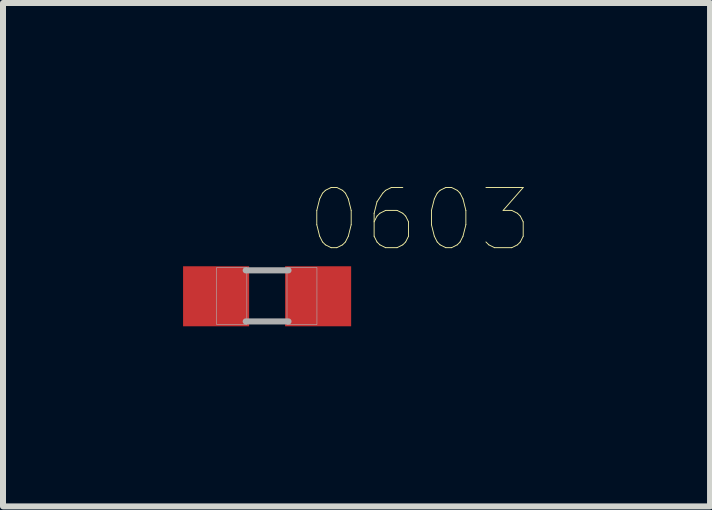
<source format=kicad_pcb>
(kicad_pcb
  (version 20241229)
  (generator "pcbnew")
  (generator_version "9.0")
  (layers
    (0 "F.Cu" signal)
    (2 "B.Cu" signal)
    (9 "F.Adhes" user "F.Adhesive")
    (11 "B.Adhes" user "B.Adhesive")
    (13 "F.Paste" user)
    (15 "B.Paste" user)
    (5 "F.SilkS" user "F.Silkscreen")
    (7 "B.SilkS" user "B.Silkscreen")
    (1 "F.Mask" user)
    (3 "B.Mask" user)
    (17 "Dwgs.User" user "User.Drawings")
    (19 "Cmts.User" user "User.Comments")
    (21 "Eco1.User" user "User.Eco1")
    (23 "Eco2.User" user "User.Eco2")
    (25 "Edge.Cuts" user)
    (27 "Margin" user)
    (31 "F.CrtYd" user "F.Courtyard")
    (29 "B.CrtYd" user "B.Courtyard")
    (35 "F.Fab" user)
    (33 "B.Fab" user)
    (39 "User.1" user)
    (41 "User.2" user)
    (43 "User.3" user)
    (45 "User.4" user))
  (footprint "0603"
    (layer "F.Cu")
    (at 1.4 1.886)
    (property "Reference" "0603" (at 2.547 -1.273 0) (layer "F.SilkS") (effects (font (size 1.003 1.003) (thickness 0.015))))
    (attr through_hole)
    (fp_line (start -0.356 -0.432) (end 0.356 -0.432) (stroke (width 0.102) (type solid)) (layer "F.Fab"))
    (fp_line (start -0.356 0.419) (end 0.356 0.419) (stroke (width 0.102) (type solid)) (layer "F.Fab"))
    (fp_poly (pts (xy -0.841 -0.48) (xy -0.338 -0.48) (xy -0.338 0.471) (xy -0.841 0.471)) (stroke (width 0.01) (type solid)) (fill no) (layer "F.Fab"))
    (fp_poly (pts (xy 0.331 -0.48) (xy 0.83 -0.48) (xy 0.83 0.471) (xy 0.331 0.471)) (stroke (width 0.01) (type solid)) (fill no) (layer "F.Fab"))
    (pad "1" smd rect (at -0.85 0) (size 1.1 1) (layers "F.Cu" "F.Mask" "F.Paste"))
    (pad "2" smd rect (at 0.85 0) (size 1.1 1) (layers "F.Cu" "F.Mask" "F.Paste")))
  (gr_rect
    (start -3 -3)
    (end 8.779 5.386)
    (stroke (width 0.1) (type default))
    (fill no)
    (layer "Edge.Cuts")))
</source>
